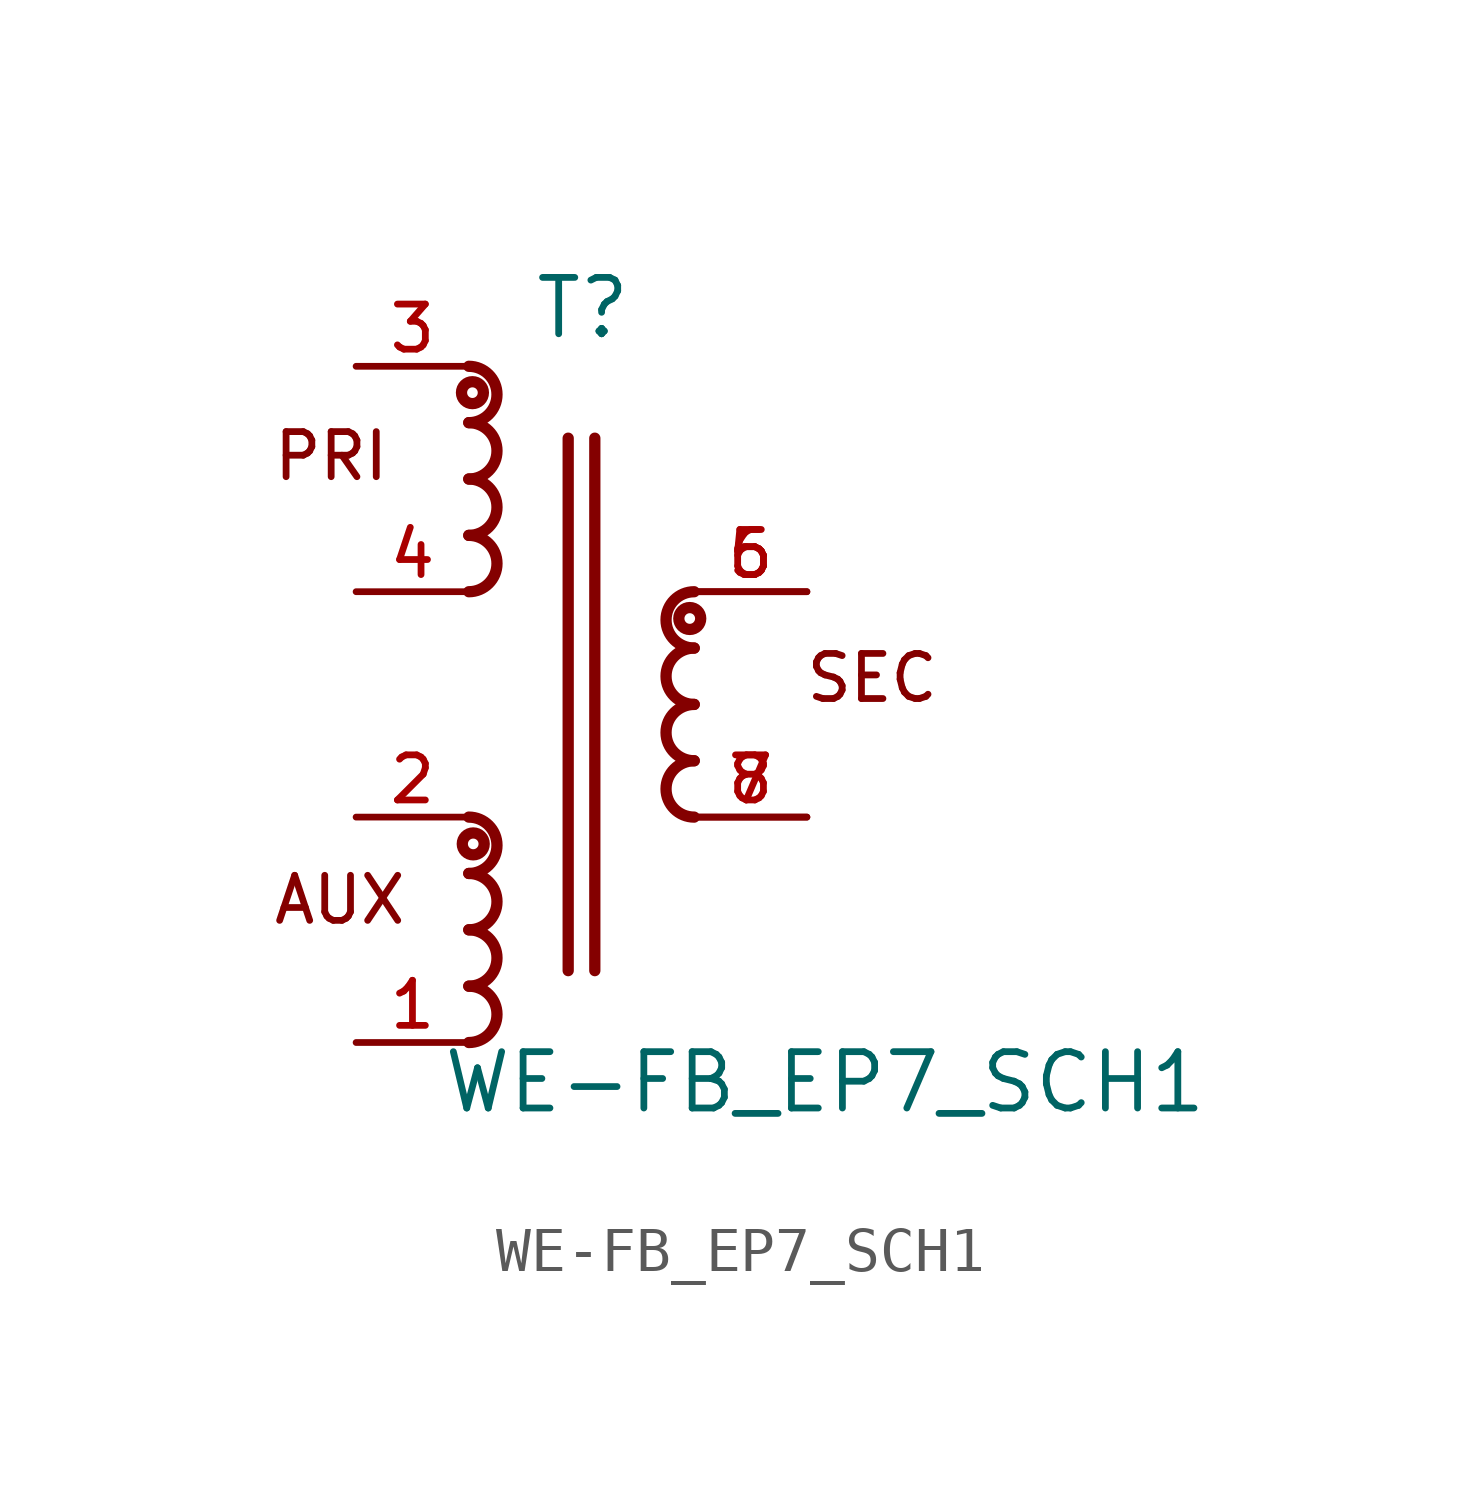
<source format=kicad_sym>
(kicad_symbol_lib
  (version 20211014)
  (generator kicad_symbol_editor)
  (symbol "WE-FB_EP7_SCH1"
    (pin_names
      (offset 1.016))
    (property "Reference" "T"
      (at 0.03 8.19 0)
      (effects (font (size 1.27 1.27)) (justify bottom)))
    (property "Value" "WE-FB_EP7_SCH1"
      (at -3.17 -9.26 0)
      (effects (font (size 1.27 1.27)) (justify bottom left)))
    (symbol "WE-FB_EP7_SCH1_0_0"
      (arc (start 2.54 0.0) (mid 1.905 -0.635) (end 2.54 -1.27) (stroke (width 0.254) (type default) (color 0 0 0 0)) (fill (type none)))
      (arc (start 2.54 1.27) (mid 1.905 0.635) (end 2.54 0.0) (stroke (width 0.254) (type default) (color 0 0 0 0)) (fill (type none)))
      (arc (start 2.54 2.54) (mid 1.905 1.905) (end 2.54 1.27) (stroke (width 0.254) (type default) (color 0 0 0 0)) (fill (type none)))
      (arc (start 2.54 -1.27) (mid 1.905 -1.905) (end 2.54 -2.54) (stroke (width 0.254) (type default) (color 0 0 0 0)) (fill (type none)))
      (arc (start -2.54 -7.62) (mid -1.905 -6.985) (end -2.54 -6.35) (stroke (width 0.254) (type default) (color 0 0 0 0)) (fill (type none)))
      (arc (start -2.54 -6.35) (mid -1.905 -5.715) (end -2.54 -5.08) (stroke (width 0.254) (type default) (color 0 0 0 0)) (fill (type none)))
      (arc (start -2.54 -5.08) (mid -1.905 -4.445) (end -2.54 -3.81) (stroke (width 0.254) (type default) (color 0 0 0 0)) (fill (type none)))
      (arc (start -2.54 -3.81) (mid -1.905 -3.175) (end -2.54 -2.54) (stroke (width 0.254) (type default) (color 0 0 0 0)) (fill (type none)))
      (arc (start -2.54 2.54) (mid -1.905 3.175) (end -2.54 3.81) (stroke (width 0.254) (type default) (color 0 0 0 0)) (fill (type none)))
      (arc (start -2.54 3.81) (mid -1.905 4.445) (end -2.54 5.08) (stroke (width 0.254) (type default) (color 0 0 0 0)) (fill (type none)))
      (arc (start -2.54 5.08) (mid -1.905 5.715) (end -2.54 6.35) (stroke (width 0.254) (type default) (color 0 0 0 0)) (fill (type none)))
      (arc (start -2.54 6.35) (mid -1.905 6.985) (end -2.54 7.62) (stroke (width 0.254) (type default) (color 0 0 0 0)) (fill (type none)))
      (polyline (pts (xy 0.3 -6.0) (xy 0.3 6.0)) (stroke (width 0.254)))
      (polyline (pts (xy -0.3 -6.0) (xy -0.3 6.0)) (stroke (width 0.254)))
      (circle (center -2.458 7.026) (radius 0.12) (stroke (width 0.254)) (fill (type none)))
      (circle (center -2.44 -3.144) (radius 0.12) (stroke (width 0.254)) (fill (type none)))
      (circle (center 2.44 1.936) (radius 0.12) (stroke (width 0.254)) (fill (type none)))
      (text "PRI" (at -7.0 5.0 0) (effects (font (size 1.016 1.016)) (justify bottom left)))
      (text "AUX" (at -7.0 -5.0 0) (effects (font (size 1.016 1.016)) (justify bottom left)))
      (text "SEC" (at 5.0 0.0 0) (effects (font (size 1.016 1.016)) (justify bottom left)))
      (pin passive line (at -5.08 -2.54 0) (length 2.54) (name "~" (effects (font (size 1.016 1.016)))) (number "2" (effects (font (size 1.016 1.016)))))
      (pin passive line (at -5.08 2.54 0) (length 2.54) (name "~" (effects (font (size 1.016 1.016)))) (number "4" (effects (font (size 1.016 1.016)))))
      (pin passive line (at -5.08 -7.62 0) (length 2.54) (name "~" (effects (font (size 1.016 1.016)))) (number "1" (effects (font (size 1.016 1.016)))))
      (pin passive line (at 5.08 -2.54 180.0) (length 2.54) (name "~" (effects (font (size 1.016 1.016)))) (number "7" (effects (font (size 1.016 1.016)))))
      (pin passive line (at 5.08 -2.54 180.0) (length 2.54) (name "~" (effects (font (size 1.016 1.016)))) (number "8" (effects (font (size 1.016 1.016)))))
      (pin passive line (at 5.08 2.54 180.0) (length 2.54) (name "~" (effects (font (size 1.016 1.016)))) (number "5" (effects (font (size 1.016 1.016)))))
      (pin passive line (at 5.08 2.54 180.0) (length 2.54) (name "~" (effects (font (size 1.016 1.016)))) (number "6" (effects (font (size 1.016 1.016)))))
      (pin passive line (at -5.08 7.62 0) (length 2.54) (name "~" (effects (font (size 1.016 1.016)))) (number "3" (effects (font (size 1.016 1.016))))))))
</source>
